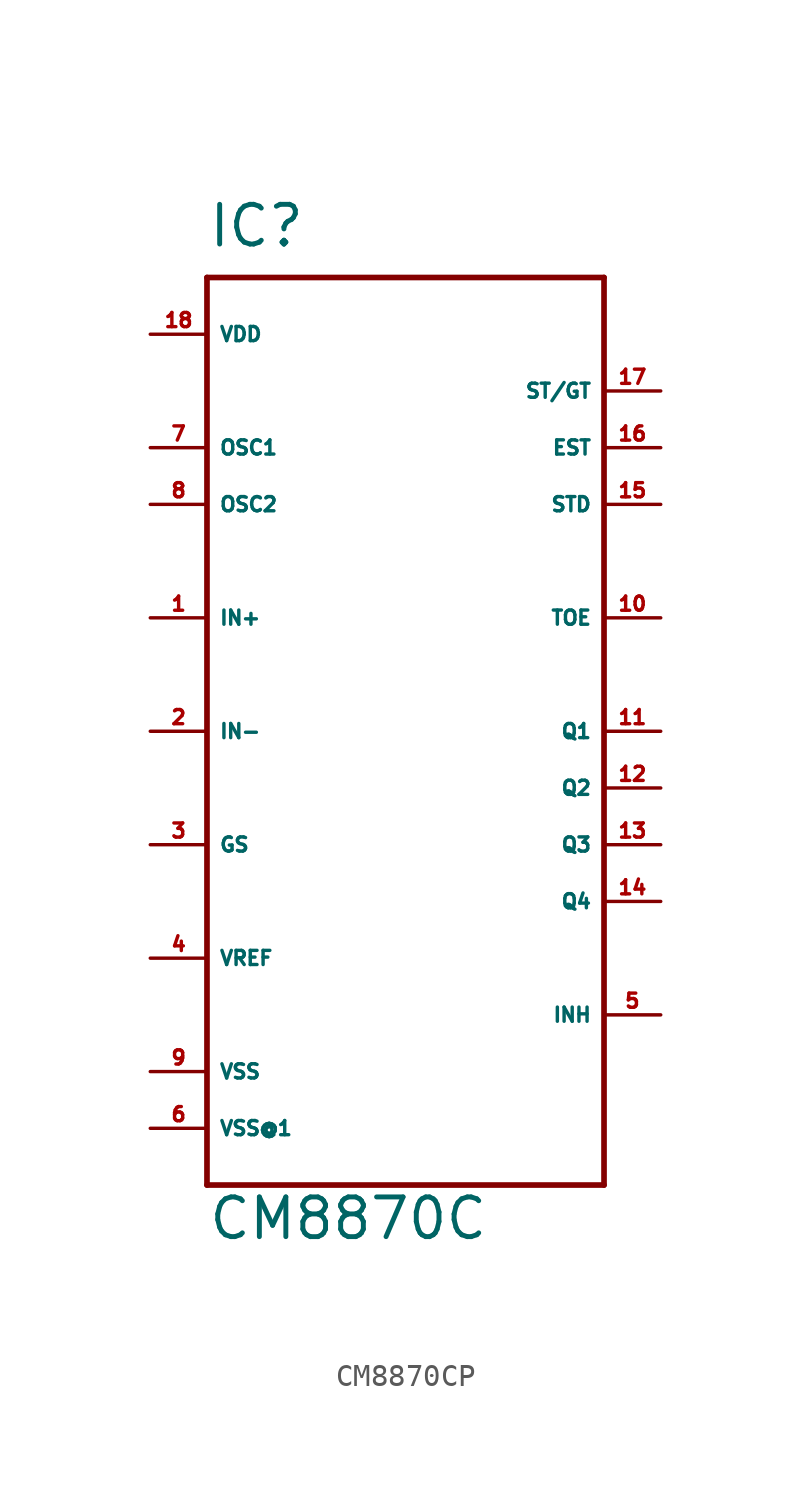
<source format=kicad_sym>
(kicad_symbol_lib
  (version 20220914)
  (generator Eagle2Kicad)
  (symbol "CM8870CP"
    (property "Reference" "IC"
      (at -10.16 19.05 0)
      (effects (font (size 1.778 1.778) (thickness 0.22)) (justify left bottom)))
    (property "Value" "CM8870C"
      (at -10.16 -25.4 0)
      (effects (font (size 1.778 1.778) (thickness 0.22)) (justify left bottom)))
    (polyline
      (pts (xy -10.16 17.78) (xy 7.62 17.78))
      (stroke (width 0.254) (type default))
      (fill (type none)))
    (polyline
      (pts (xy 7.62 17.78) (xy 7.62 -22.86))
      (stroke (width 0.254) (type default))
      (fill (type none)))
    (polyline
      (pts (xy 7.62 -22.86) (xy -10.16 -22.86))
      (stroke (width 0.254) (type default))
      (fill (type none)))
    (polyline
      (pts (xy -10.16 -22.86) (xy -10.16 17.78))
      (stroke (width 0.254) (type default))
      (fill (type none)))
    (pin input line
      (at -12.7 2.54 0)
      (length 2.54)
      (name "IN+" (effects (font (size 0.635 0.635) (thickness 0.08)) (justify left bottom)))
      (number "1" (effects (font (size 0.635 0.635) (thickness 0.08)) (justify left bottom))))
    (pin input line
      (at -12.7 -2.54 0)
      (length 2.54)
      (name "IN-" (effects (font (size 0.635 0.635) (thickness 0.08)) (justify left bottom)))
      (number "2" (effects (font (size 0.635 0.635) (thickness 0.08)) (justify left bottom))))
    (pin input line
      (at -12.7 -7.62 0)
      (length 2.54)
      (name "GS" (effects (font (size 0.635 0.635) (thickness 0.08)) (justify left bottom)))
      (number "3" (effects (font (size 0.635 0.635) (thickness 0.08)) (justify left bottom))))
    (pin input line
      (at -12.7 10.16 0)
      (length 2.54)
      (name "OSC1" (effects (font (size 0.635 0.635) (thickness 0.08)) (justify left bottom)))
      (number "7" (effects (font (size 0.635 0.635) (thickness 0.08)) (justify left bottom))))
    (pin bidirectional line
      (at -12.7 7.62 0)
      (length 2.54)
      (name "OSC2" (effects (font (size 0.635 0.635) (thickness 0.08)) (justify left bottom)))
      (number "8" (effects (font (size 0.635 0.635) (thickness 0.08)) (justify left bottom))))
    (pin output line
      (at -12.7 -12.7 0)
      (length 2.54)
      (name "VREF" (effects (font (size 0.635 0.635) (thickness 0.08)) (justify left bottom)))
      (number "4" (effects (font (size 0.635 0.635) (thickness 0.08)) (justify left bottom))))
    (pin bidirectional line
      (at 10.16 12.7 180)
      (length 2.54)
      (name "ST/GT" (effects (font (size 0.635 0.635) (thickness 0.08)) (justify left bottom)))
      (number "17" (effects (font (size 0.635 0.635) (thickness 0.08)) (justify left bottom))))
    (pin input line
      (at 10.16 10.16 180)
      (length 2.54)
      (name "EST" (effects (font (size 0.635 0.635) (thickness 0.08)) (justify left bottom)))
      (number "16" (effects (font (size 0.635 0.635) (thickness 0.08)) (justify left bottom))))
    (pin input line
      (at 10.16 7.62 180)
      (length 2.54)
      (name "STD" (effects (font (size 0.635 0.635) (thickness 0.08)) (justify left bottom)))
      (number "15" (effects (font (size 0.635 0.635) (thickness 0.08)) (justify left bottom))))
    (pin input line
      (at 10.16 2.54 180)
      (length 2.54)
      (name "TOE" (effects (font (size 0.635 0.635) (thickness 0.08)) (justify left bottom)))
      (number "10" (effects (font (size 0.635 0.635) (thickness 0.08)) (justify left bottom))))
    (pin output line
      (at 10.16 -2.54 180)
      (length 2.54)
      (name "Q1" (effects (font (size 0.635 0.635) (thickness 0.08)) (justify left bottom)))
      (number "11" (effects (font (size 0.635 0.635) (thickness 0.08)) (justify left bottom))))
    (pin output line
      (at 10.16 -5.08 180)
      (length 2.54)
      (name "Q2" (effects (font (size 0.635 0.635) (thickness 0.08)) (justify left bottom)))
      (number "12" (effects (font (size 0.635 0.635) (thickness 0.08)) (justify left bottom))))
    (pin output line
      (at 10.16 -7.62 180)
      (length 2.54)
      (name "Q3" (effects (font (size 0.635 0.635) (thickness 0.08)) (justify left bottom)))
      (number "13" (effects (font (size 0.635 0.635) (thickness 0.08)) (justify left bottom))))
    (pin output line
      (at 10.16 -10.16 180)
      (length 2.54)
      (name "Q4" (effects (font (size 0.635 0.635) (thickness 0.08)) (justify left bottom)))
      (number "14" (effects (font (size 0.635 0.635) (thickness 0.08)) (justify left bottom))))
    (pin input line
      (at 10.16 -15.24 180)
      (length 2.54)
      (name "INH" (effects (font (size 0.635 0.635) (thickness 0.08)) (justify left bottom)))
      (number "5" (effects (font (size 0.635 0.635) (thickness 0.08)) (justify left bottom))))
    (pin unspecified line
      (at -12.7 15.24 0)
      (length 2.54)
      (name "VDD" (effects (font (size 0.635 0.635) (thickness 0.08)) (justify left bottom)))
      (number "18" (effects (font (size 0.635 0.635) (thickness 0.08)) (justify left bottom))))
    (pin unspecified line
      (at -12.7 -17.78 0)
      (length 2.54)
      (name "VSS" (effects (font (size 0.635 0.635) (thickness 0.08)) (justify left bottom)))
      (number "9" (effects (font (size 0.635 0.635) (thickness 0.08)) (justify left bottom))))
    (pin unspecified line
      (at -12.7 -20.32 0)
      (length 2.54)
      (name "VSS@1" (effects (font (size 0.635 0.635) (thickness 0.08)) (justify left bottom)))
      (number "6" (effects (font (size 0.635 0.635) (thickness 0.08)) (justify left bottom))))))
</source>
